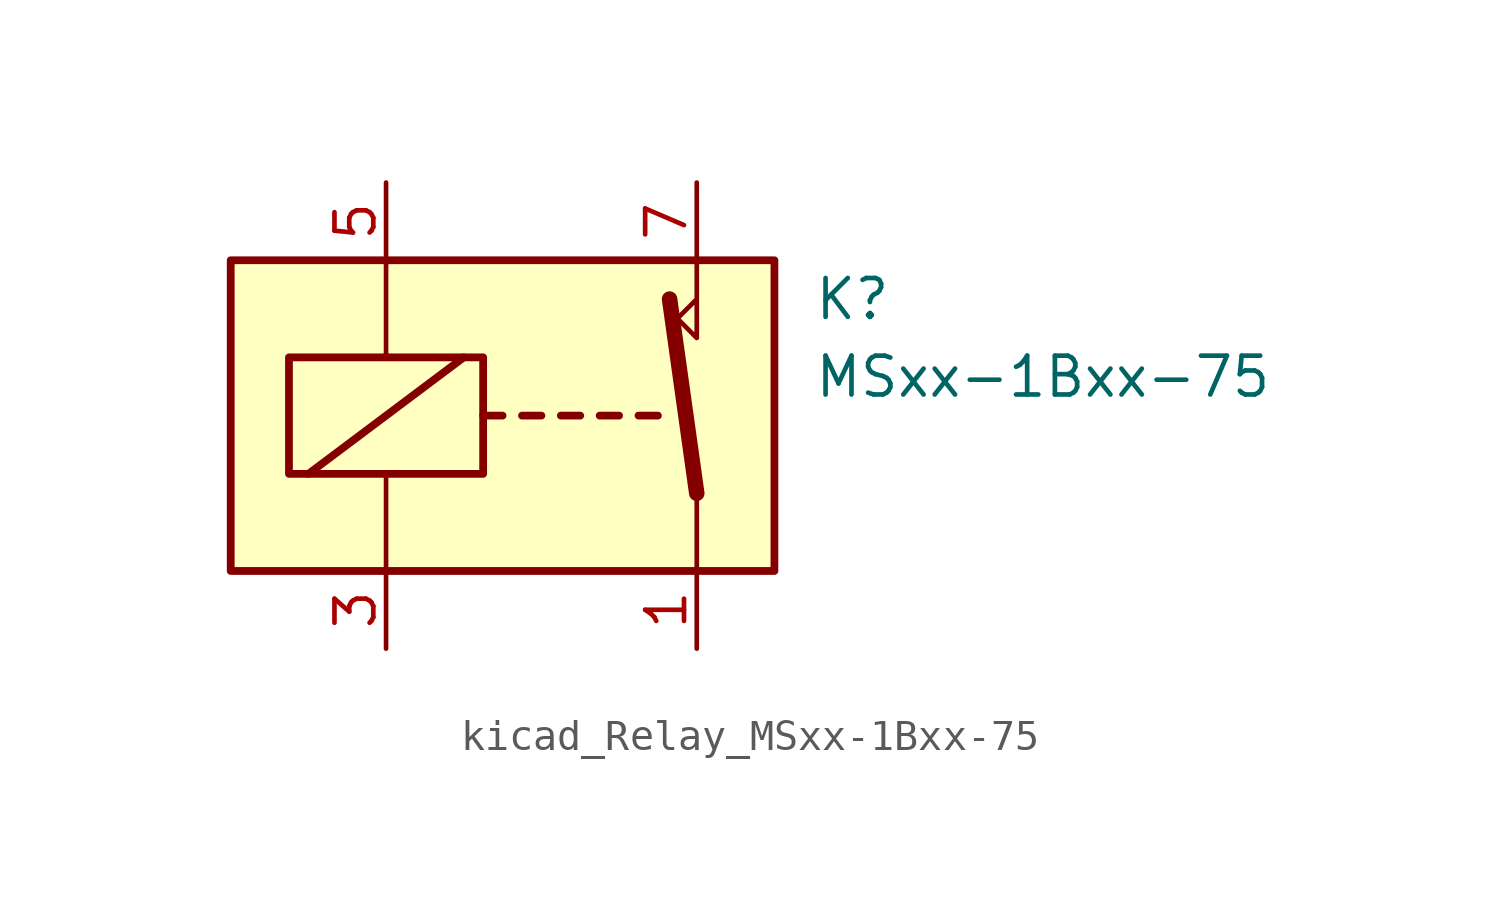
<source format=kicad_sym>
(kicad_symbol_lib
  (version 20220914)
  (generator kicad_symbol_editor)
  (symbol "kicad_Relay_MSxx-1Bxx-75"
    (property "Reference" "K"
      (at 8.89 3.81 0)
      (effects (font (size 1.27 1.27)) (justify left)))
    (property "Value" "MSxx-1Bxx-75"
      (at 8.89 1.27 0)
      (effects (font (size 1.27 1.27)) (justify left)))
    (symbol "kicad_Relay_MSxx-1Bxx-75_0_0"
      (polyline (pts (xy 5.08 5.08) (xy 5.08 2.54) (xy 4.445 3.175) (xy 5.08 3.81)) (stroke (width 0) (type default)) (fill (type none))))
    (symbol "kicad_Relay_MSxx-1Bxx-75_0_1"
      (rectangle (start -10.16 5.08) (end 7.62 -5.08) (stroke (width 0.254) (type default)) (fill (type background)))
      (rectangle (start -8.255 1.905) (end -1.905 -1.905) (stroke (width 0.254) (type default)) (fill (type none)))
      (polyline (pts (xy -7.62 -1.905) (xy -2.54 1.905)) (stroke (width 0.254) (type default)) (fill (type none)))
      (polyline (pts (xy -5.08 -5.08) (xy -5.08 -1.905)) (stroke (width 0) (type default)) (fill (type none)))
      (polyline (pts (xy -5.08 5.08) (xy -5.08 1.905)) (stroke (width 0) (type default)) (fill (type none)))
      (polyline (pts (xy -1.905 0) (xy -1.27 0)) (stroke (width 0.254) (type default)) (fill (type none)))
      (polyline (pts (xy -0.635 0) (xy 0 0)) (stroke (width 0.254) (type default)) (fill (type none)))
      (polyline (pts (xy 0.635 0) (xy 1.27 0)) (stroke (width 0.254) (type default)) (fill (type none)))
      (polyline (pts (xy 1.905 0) (xy 2.54 0)) (stroke (width 0.254) (type default)) (fill (type none)))
      (polyline (pts (xy 3.175 0) (xy 3.81 0)) (stroke (width 0.254) (type default)) (fill (type none)))
      (polyline (pts (xy 5.08 -2.54) (xy 4.191 3.81)) (stroke (width 0.508) (type default)) (fill (type none)))
      (polyline (pts (xy 5.08 -2.54) (xy 5.08 -5.08)) (stroke (width 0) (type default)) (fill (type none))))
    (symbol "kicad_Relay_MSxx-1Bxx-75_1_1"
      (pin passive line (at 5.08 -7.62 90) (length 2.54) (name "~" (effects (font (size 1.27 1.27)))) (number "1" (effects (font (size 1.27 1.27)))))
      (pin passive line (at -5.08 -7.62 90) (length 2.54) (name "~" (effects (font (size 1.27 1.27)))) (number "3" (effects (font (size 1.27 1.27)))))
      (pin passive line (at -5.08 7.62 270) (length 2.54) (name "~" (effects (font (size 1.27 1.27)))) (number "5" (effects (font (size 1.27 1.27)))))
      (pin passive line (at 5.08 7.62 270) (length 2.54) (name "~" (effects (font (size 1.27 1.27)))) (number "7" (effects (font (size 1.27 1.27))))))))
</source>
